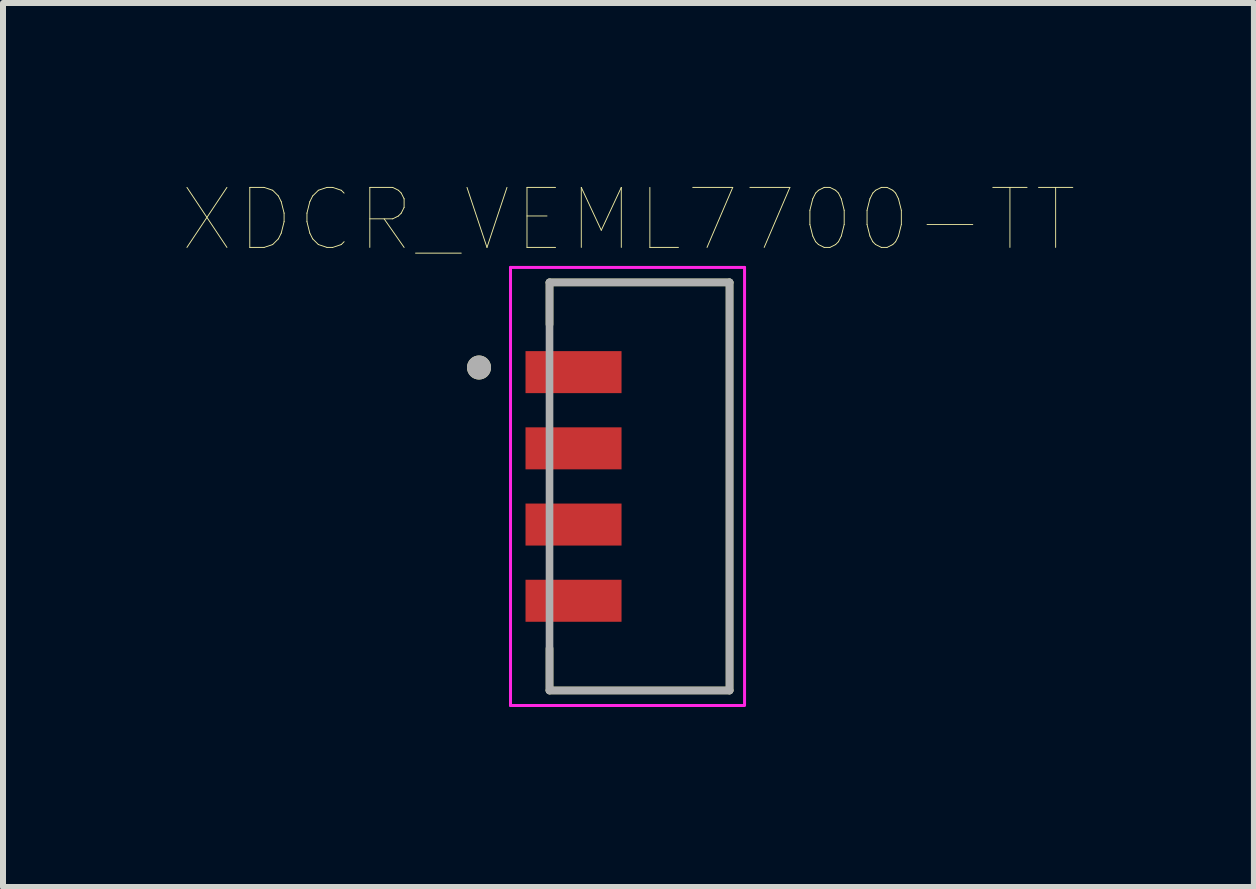
<source format=kicad_pcb>
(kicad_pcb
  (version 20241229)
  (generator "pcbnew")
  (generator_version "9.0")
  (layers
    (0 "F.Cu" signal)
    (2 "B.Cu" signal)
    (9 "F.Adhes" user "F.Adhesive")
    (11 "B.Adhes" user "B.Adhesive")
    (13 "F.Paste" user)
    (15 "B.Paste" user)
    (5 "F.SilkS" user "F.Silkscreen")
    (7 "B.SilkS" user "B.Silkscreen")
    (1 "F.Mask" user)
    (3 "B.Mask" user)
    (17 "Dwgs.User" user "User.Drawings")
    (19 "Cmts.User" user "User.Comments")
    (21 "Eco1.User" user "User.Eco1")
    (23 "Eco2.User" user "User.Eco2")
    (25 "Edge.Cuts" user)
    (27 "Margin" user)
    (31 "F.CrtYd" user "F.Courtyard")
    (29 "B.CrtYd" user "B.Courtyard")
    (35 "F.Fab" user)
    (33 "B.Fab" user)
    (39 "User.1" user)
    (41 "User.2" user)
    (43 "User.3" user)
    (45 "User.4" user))
  (footprint "XDCR_VEML7700-TT"
    (layer "F.Cu")
    (at 8.057 5.056)
    (property "Reference" "XDCR_VEML7700-TT" (at -0.635 -4.445 0) (layer "F.SilkS") (effects (font (size 1 1) (thickness 0.015))))
    (attr through_hole)
    (fp_line (start -1.95 -3.4) (end -1.95 -2.7) (stroke (width 0.127) (type solid)) (layer "F.SilkS"))
    (fp_line (start -1.95 -3.4) (end 1.05 -3.4) (stroke (width 0.127) (type solid)) (layer "F.SilkS"))
    (fp_line (start -1.95 3.4) (end -1.95 2.7) (stroke (width 0.127) (type solid)) (layer "F.SilkS"))
    (fp_line (start 1.05 -3.4) (end 1.05 3.4) (stroke (width 0.127) (type solid)) (layer "F.SilkS"))
    (fp_line (start 1.05 3.4) (end -1.95 3.4) (stroke (width 0.127) (type solid)) (layer "F.SilkS"))
    (fp_circle (center -3.125 -1.982) (end -3.025 -1.982) (stroke (width 0.2) (type solid)) (fill no) (layer "F.SilkS"))
    (fp_line (start -2.6 -3.65) (end -2.6 3.639) (stroke (width 0.05) (type solid)) (layer "F.CrtYd"))
    (fp_line (start -2.6 -3.65) (end 1.3 -3.65) (stroke (width 0.05) (type solid)) (layer "F.CrtYd"))
    (fp_line (start -2.6 3.65) (end -2.6 3.639) (stroke (width 0.05) (type solid)) (layer "F.CrtYd"))
    (fp_line (start -2.6 3.65) (end 1.3 3.65) (stroke (width 0.05) (type solid)) (layer "F.CrtYd"))
    (fp_line (start 1.3 3.638) (end 1.3 -3.65) (stroke (width 0.05) (type solid)) (layer "F.CrtYd"))
    (fp_line (start -1.95 -3.4) (end -1.95 3.4) (stroke (width 0.127) (type solid)) (layer "F.Fab"))
    (fp_line (start -1.95 -3.4) (end 1.05 -3.4) (stroke (width 0.127) (type solid)) (layer "F.Fab"))
    (fp_line (start -1.95 3.4) (end 1.05 3.4) (stroke (width 0.127) (type solid)) (layer "F.Fab"))
    (fp_line (start 1.05 3.4) (end 1.05 -3.4) (stroke (width 0.127) (type solid)) (layer "F.Fab"))
    (fp_circle (center -3.125 -1.982) (end -3.025 -1.982) (stroke (width 0.2) (type solid)) (fill no) (layer "F.Fab"))
    (pad "1" smd rect (at -1.55 -1.905) (size 1.6 0.7) (layers "F.Cu" "F.Mask" "F.Paste"))
    (pad "2" smd rect (at -1.55 -0.635) (size 1.6 0.7) (layers "F.Cu" "F.Mask" "F.Paste"))
    (pad "3" smd rect (at -1.55 0.635) (size 1.6 0.7) (layers "F.Cu" "F.Mask" "F.Paste"))
    (pad "4" smd rect (at -1.55 1.905) (size 1.6 0.7) (layers "F.Cu" "F.Mask" "F.Paste")))
  (gr_rect
    (start -3 -3)
    (end 17.845 11.731)
    (stroke (width 0.1) (type default))
    (fill no)
    (layer "Edge.Cuts")))
</source>
